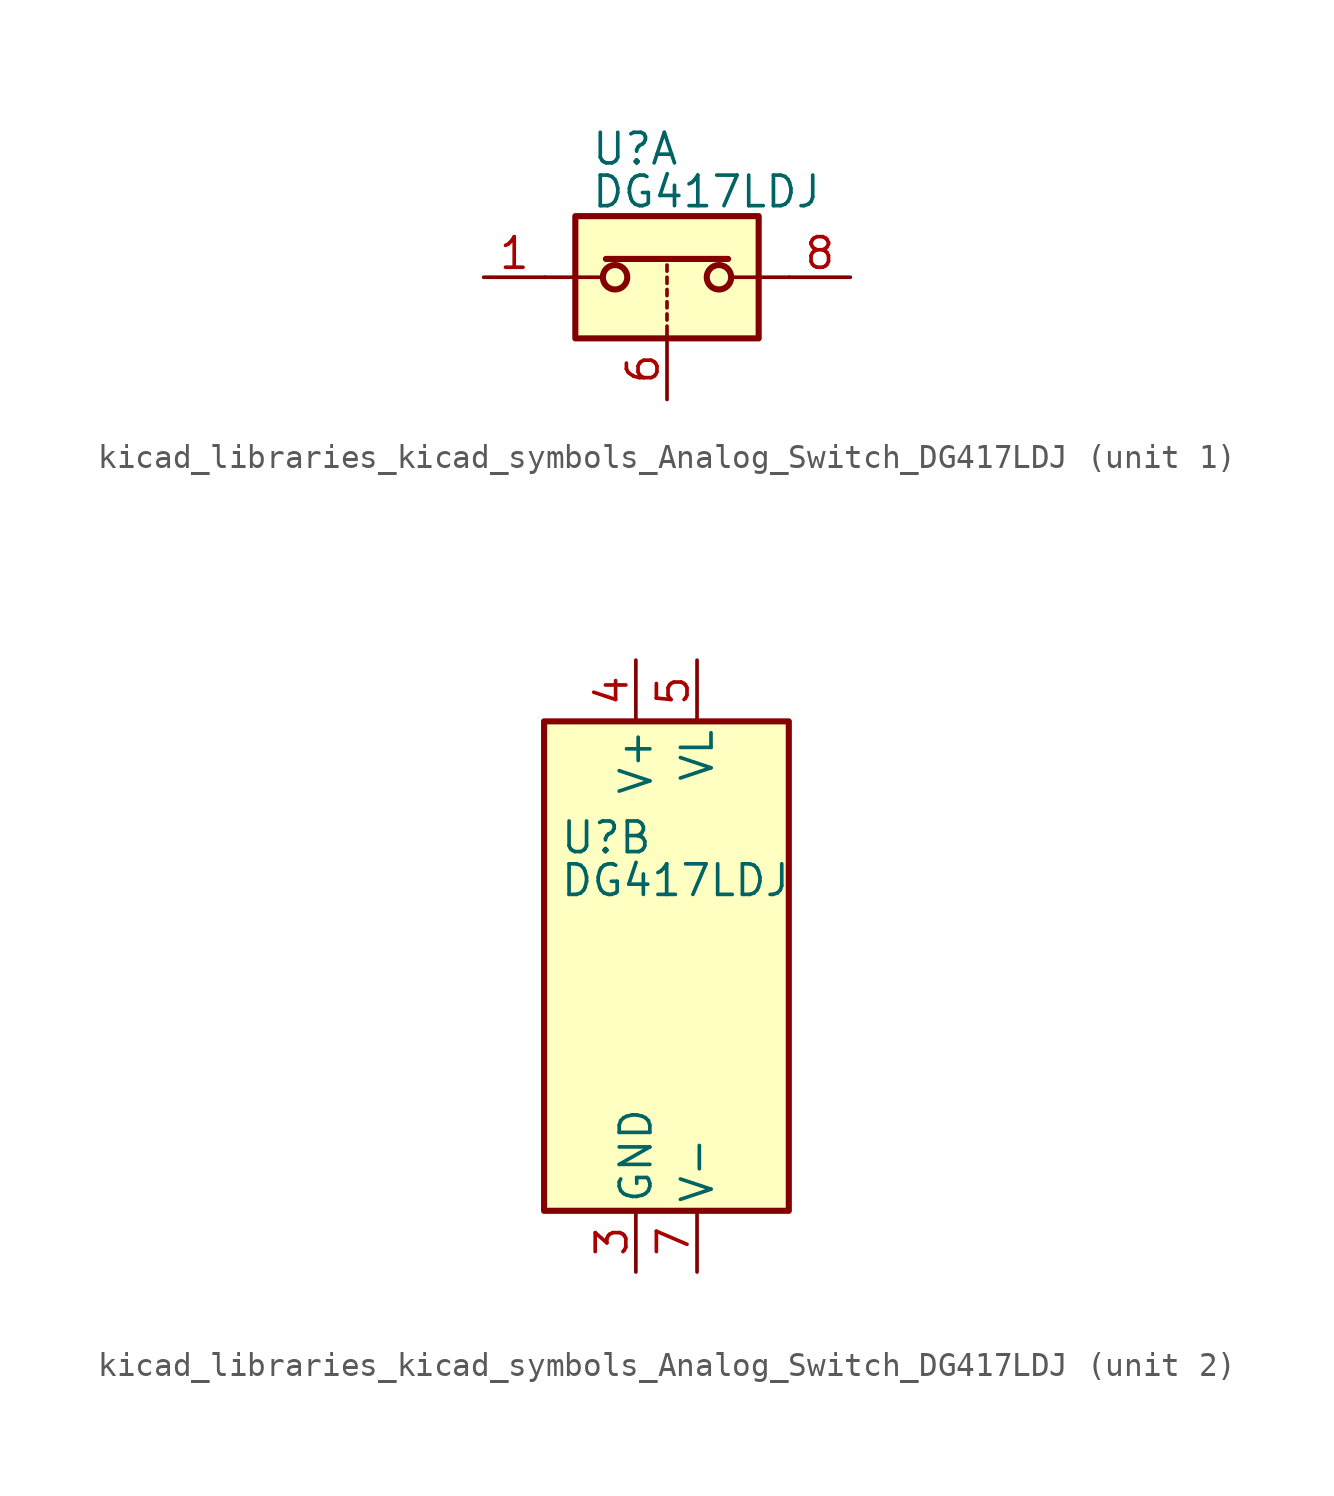
<source format=kicad_sym>
(kicad_symbol_lib
  (version 20220914)
  (generator kicad_symbol_editor)
  (symbol "kicad_libraries_kicad_symbols_Analog_Switch_DG417LDJ"
    (pin_names
      (offset 0.254))
    (property "Reference" "U"
      (at -3.175 5.334 0)
      (effects (font (size 1.27 1.27)) (justify left)))
    (property "Value" "DG417LDJ"
      (at -3.175 3.556 0)
      (effects (font (size 1.27 1.27)) (justify left)))
    (symbol "kicad_libraries_kicad_symbols_Analog_Switch_DG417LDJ_1_1"
      (rectangle (start -3.81 2.54) (end 3.81 -2.54) (stroke (width 0.254) (type default)) (fill (type background)))
      (circle (center -2.159 0) (radius 0.508) (stroke (width 0.254) (type default)) (fill (type none)))
      (polyline (pts (xy -5.08 0) (xy -2.794 0)) (stroke (width 0) (type default)) (fill (type none)))
      (polyline (pts (xy -2.54 0.762) (xy 2.54 0.762)) (stroke (width 0.254) (type default)) (fill (type none)))
      (polyline (pts (xy 0 -2.54) (xy 0 -2.032)) (stroke (width 0) (type default)) (fill (type none)))
      (polyline (pts (xy 0 -1.778) (xy 0 -1.524)) (stroke (width 0) (type default)) (fill (type none)))
      (polyline (pts (xy 0 -1.27) (xy 0 -1.016)) (stroke (width 0) (type default)) (fill (type none)))
      (polyline (pts (xy 0 -0.762) (xy 0 -0.508)) (stroke (width 0) (type default)) (fill (type none)))
      (polyline (pts (xy 0 -0.254) (xy 0 0)) (stroke (width 0) (type default)) (fill (type none)))
      (polyline (pts (xy 0 0.254) (xy 0 0.508)) (stroke (width 0) (type default)) (fill (type none)))
      (polyline (pts (xy 5.08 0) (xy 2.794 0)) (stroke (width 0) (type default)) (fill (type none)))
      (circle (center 2.159 0) (radius 0.508) (stroke (width 0.254) (type default)) (fill (type none)))
      (pin passive line (at -7.62 0 0) (length 2.54) (name "~" (effects (font (size 1.27 1.27)))) (number "1" (effects (font (size 1.27 1.27)))))
      (pin input line (at 0 -5.08 90) (length 2.54) (name "~" (effects (font (size 1.27 1.27)))) (number "6" (effects (font (size 1.27 1.27)))))
      (pin passive line (at 7.62 0 180) (length 2.54) (name "~" (effects (font (size 1.27 1.27)))) (number "8" (effects (font (size 1.27 1.27))))))
    (symbol "kicad_libraries_kicad_symbols_Analog_Switch_DG417LDJ_2_0"
      (pin no_connect line (at -2.54 10.16 270) (length 2.54) hide (name "NC" (effects (font (size 1.27 1.27)))) (number "2" (effects (font (size 1.27 1.27)))))
      (pin power_in line (at 0 -12.7 90) (length 2.54) (name "GND" (effects (font (size 1.27 1.27)))) (number "3" (effects (font (size 1.27 1.27)))))
      (pin power_in line (at 0 12.7 270) (length 2.54) (name "V+" (effects (font (size 1.27 1.27)))) (number "4" (effects (font (size 1.27 1.27)))))
      (pin power_in line (at 2.54 12.7 270) (length 2.54) (name "VL" (effects (font (size 1.27 1.27)))) (number "5" (effects (font (size 1.27 1.27)))))
      (pin power_in line (at 2.54 -12.7 90) (length 2.54) (name "V-" (effects (font (size 1.27 1.27)))) (number "7" (effects (font (size 1.27 1.27))))))
    (symbol "kicad_libraries_kicad_symbols_Analog_Switch_DG417LDJ_2_1"
      (rectangle (start -3.81 10.16) (end 6.35 -10.16) (stroke (width 0.254) (type default)) (fill (type background))))))
</source>
